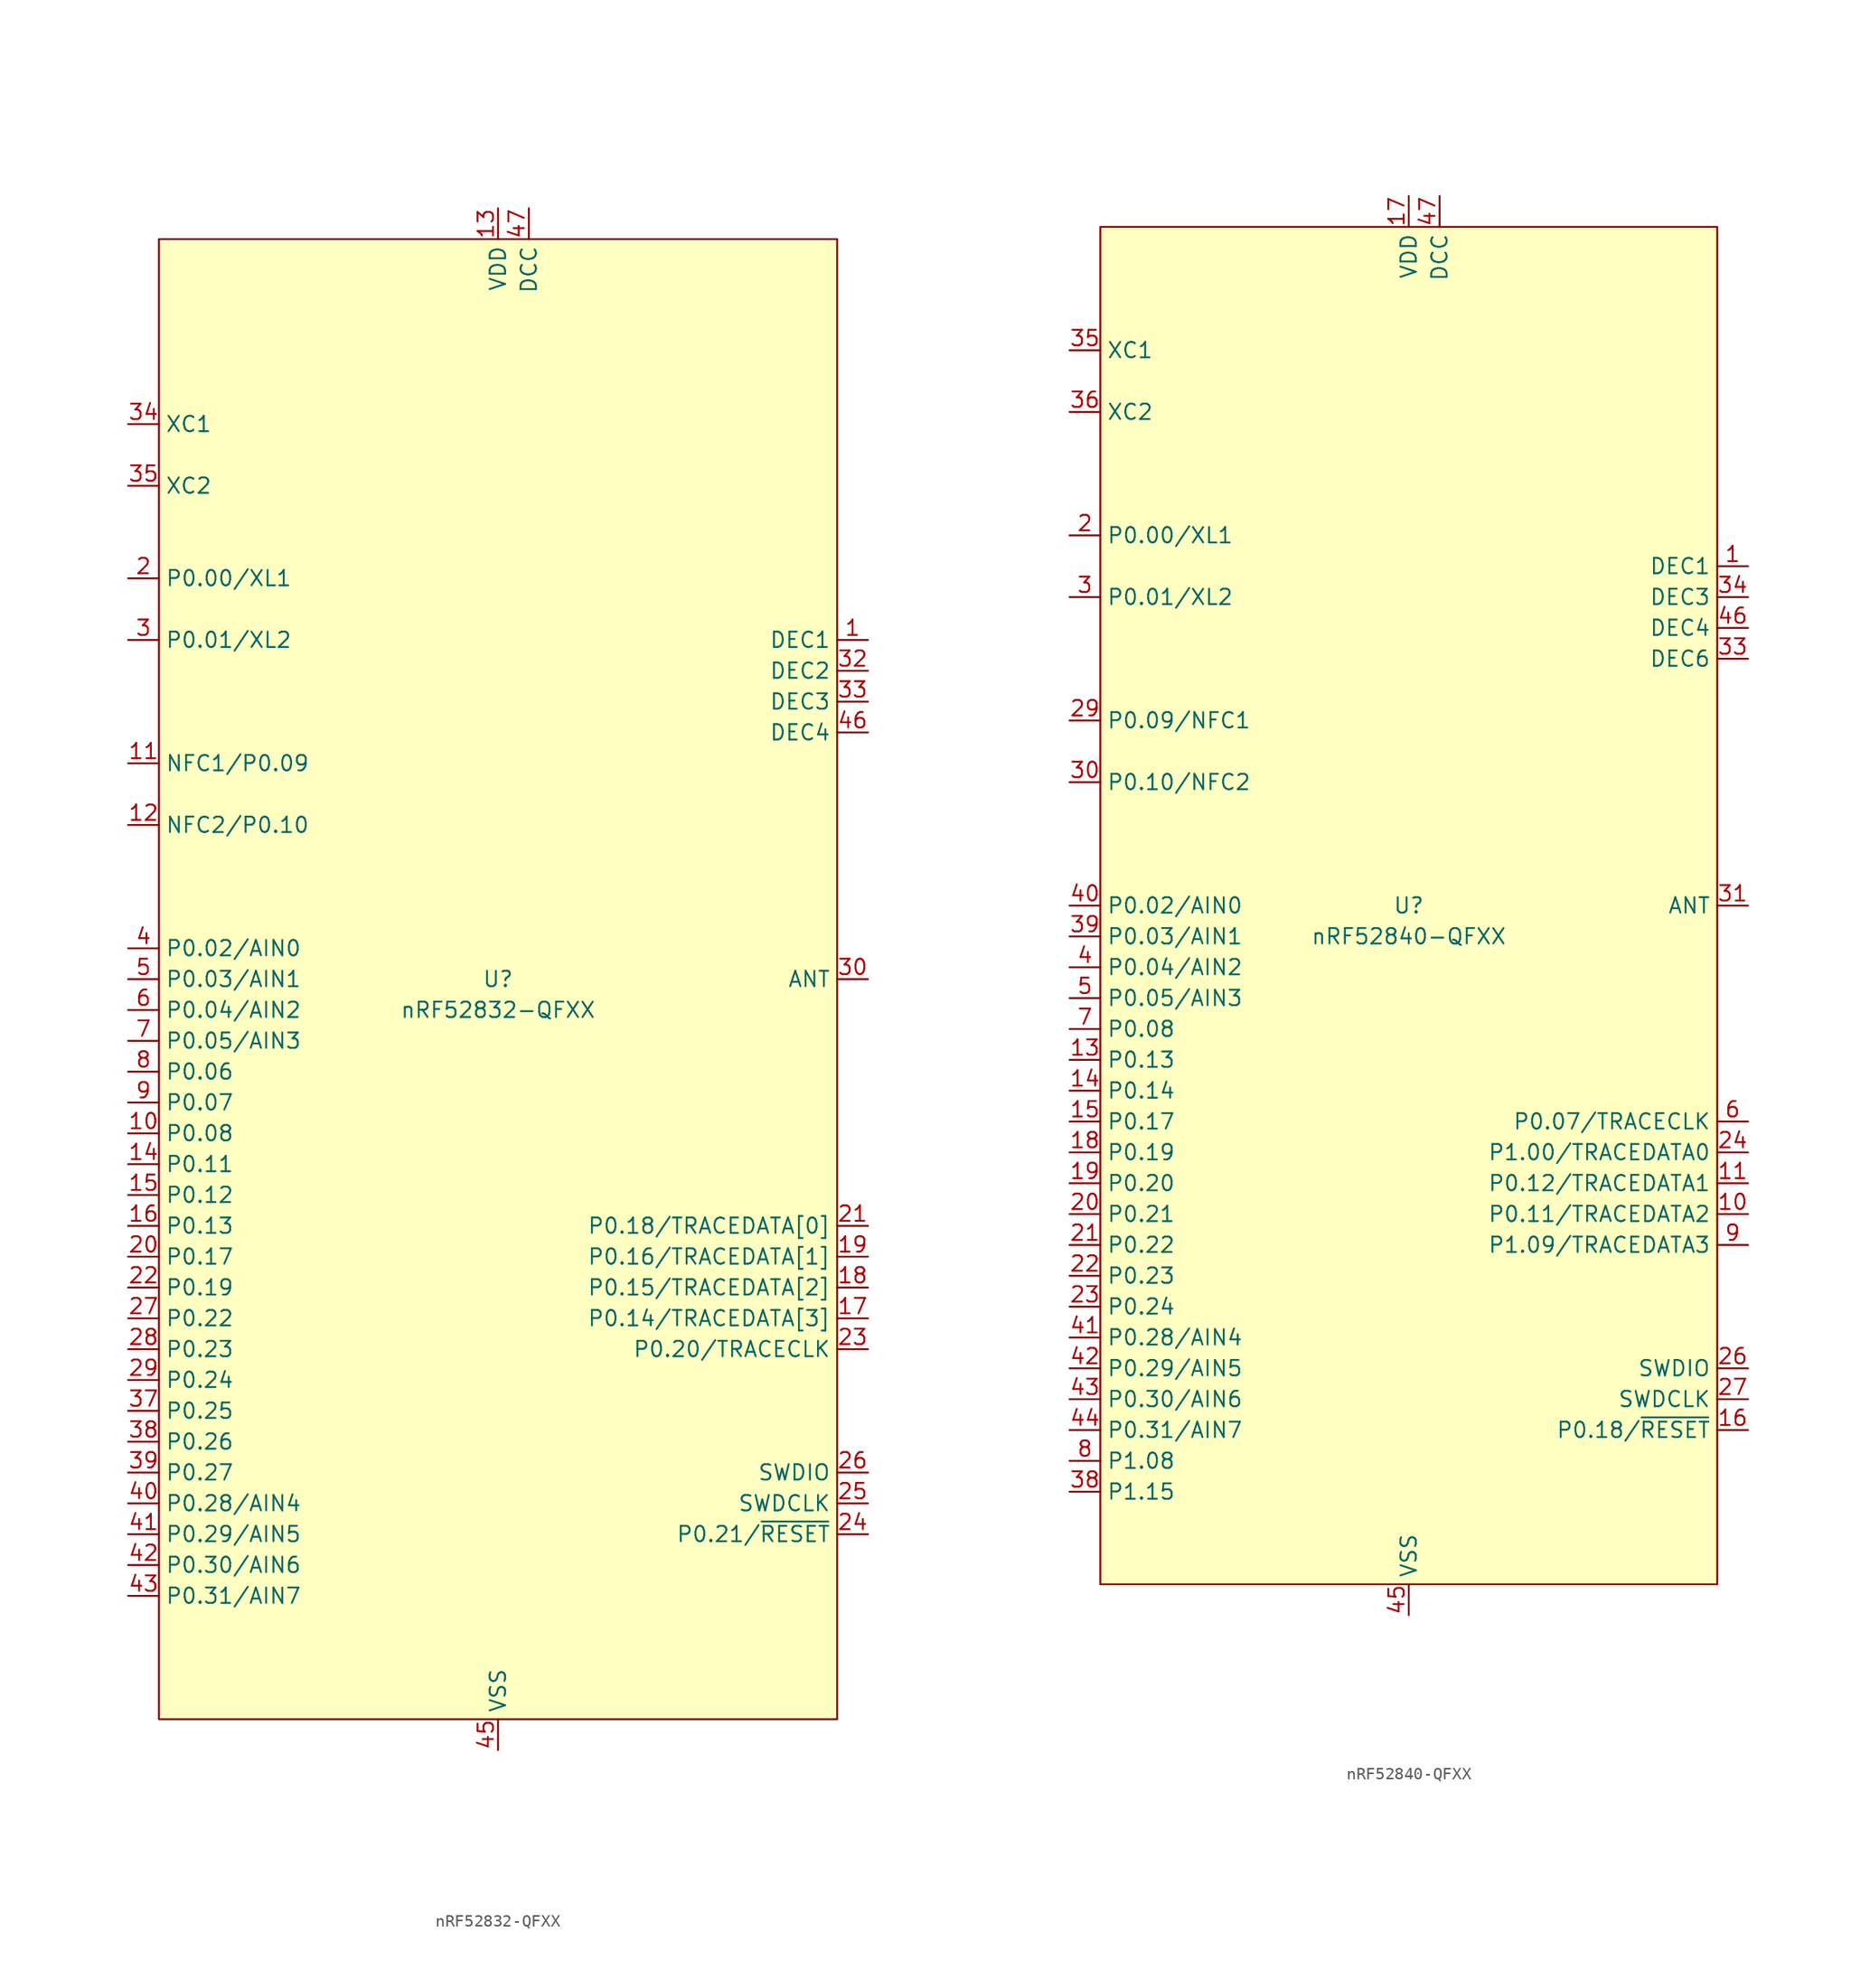
<source format=kicad_sym>
(kicad_symbol_lib
  (version 20241209)
  (generator "kicad_symbol_editor")
  (generator_version "9.0")
  (symbol "nRF52832-QFXX"
    (property "Reference" "U"
      (at 0 0 0)
      (do_not_autoplace)
      (effects (font (size 1.27 1.27))))
    (property "Value" "nRF52832-QFXX"
      (at 0 -2.54 0)
      (do_not_autoplace)
      (effects (font (size 1.27 1.27))))
    (symbol "nRF52832-QFXX_0_0"
      (pin unspecified line (at -30.48 45.72 0) (length 2.54) (name "XC1" (effects (font (size 1.27 1.27)))) (number "34" (effects (font (size 1.27 1.27)))))
      (pin unspecified line (at -30.48 40.64 0) (length 2.54) (name "XC2" (effects (font (size 1.27 1.27)))) (number "35" (effects (font (size 1.27 1.27)))))
      (pin unspecified line (at -30.48 33.02 0) (length 2.54) (name "P0.00/XL1" (effects (font (size 1.27 1.27)))) (number "2" (effects (font (size 1.27 1.27)))))
      (pin unspecified line (at -30.48 27.94 0) (length 2.54) (name "P0.01/XL2" (effects (font (size 1.27 1.27)))) (number "3" (effects (font (size 1.27 1.27)))))
      (pin unspecified line (at -30.48 17.78 0) (length 2.54) (name "NFC1/P0.09" (effects (font (size 1.27 1.27)))) (number "11" (effects (font (size 1.27 1.27)))))
      (pin unspecified line (at -30.48 12.7 0) (length 2.54) (name "NFC2/P0.10" (effects (font (size 1.27 1.27)))) (number "12" (effects (font (size 1.27 1.27)))))
      (pin unspecified line (at -30.48 2.54 0) (length 2.54) (name "P0.02/AIN0" (effects (font (size 1.27 1.27)))) (number "4" (effects (font (size 1.27 1.27)))))
      (pin unspecified line (at -30.48 0 0) (length 2.54) (name "P0.03/AIN1" (effects (font (size 1.27 1.27)))) (number "5" (effects (font (size 1.27 1.27)))))
      (pin unspecified line (at -30.48 -2.54 0) (length 2.54) (name "P0.04/AIN2" (effects (font (size 1.27 1.27)))) (number "6" (effects (font (size 1.27 1.27)))))
      (pin unspecified line (at -30.48 -5.08 0) (length 2.54) (name "P0.05/AIN3" (effects (font (size 1.27 1.27)))) (number "7" (effects (font (size 1.27 1.27)))))
      (pin unspecified line (at -30.48 -7.62 0) (length 2.54) (name "P0.06" (effects (font (size 1.27 1.27)))) (number "8" (effects (font (size 1.27 1.27)))))
      (pin unspecified line (at -30.48 -10.16 0) (length 2.54) (name "P0.07" (effects (font (size 1.27 1.27)))) (number "9" (effects (font (size 1.27 1.27)))))
      (pin unspecified line (at -30.48 -12.7 0) (length 2.54) (name "P0.08" (effects (font (size 1.27 1.27)))) (number "10" (effects (font (size 1.27 1.27)))))
      (pin unspecified line (at -30.48 -15.24 0) (length 2.54) (name "P0.11" (effects (font (size 1.27 1.27)))) (number "14" (effects (font (size 1.27 1.27)))))
      (pin unspecified line (at -30.48 -17.78 0) (length 2.54) (name "P0.12" (effects (font (size 1.27 1.27)))) (number "15" (effects (font (size 1.27 1.27)))))
      (pin unspecified line (at -30.48 -20.32 0) (length 2.54) (name "P0.13" (effects (font (size 1.27 1.27)))) (number "16" (effects (font (size 1.27 1.27)))))
      (pin unspecified line (at -30.48 -22.86 0) (length 2.54) (name "P0.17" (effects (font (size 1.27 1.27)))) (number "20" (effects (font (size 1.27 1.27)))))
      (pin unspecified line (at -30.48 -25.4 0) (length 2.54) (name "P0.19" (effects (font (size 1.27 1.27)))) (number "22" (effects (font (size 1.27 1.27)))))
      (pin unspecified line (at -30.48 -27.94 0) (length 2.54) (name "P0.22" (effects (font (size 1.27 1.27)))) (number "27" (effects (font (size 1.27 1.27)))))
      (pin unspecified line (at -30.48 -30.48 0) (length 2.54) (name "P0.23" (effects (font (size 1.27 1.27)))) (number "28" (effects (font (size 1.27 1.27)))))
      (pin unspecified line (at -30.48 -33.02 0) (length 2.54) (name "P0.24" (effects (font (size 1.27 1.27)))) (number "29" (effects (font (size 1.27 1.27)))))
      (pin unspecified line (at -30.48 -35.56 0) (length 2.54) (name "P0.25" (effects (font (size 1.27 1.27)))) (number "37" (effects (font (size 1.27 1.27)))))
      (pin unspecified line (at -30.48 -38.1 0) (length 2.54) (name "P0.26" (effects (font (size 1.27 1.27)))) (number "38" (effects (font (size 1.27 1.27)))))
      (pin unspecified line (at -30.48 -40.64 0) (length 2.54) (name "P0.27" (effects (font (size 1.27 1.27)))) (number "39" (effects (font (size 1.27 1.27)))))
      (pin unspecified line (at -30.48 -43.18 0) (length 2.54) (name "P0.28/AIN4" (effects (font (size 1.27 1.27)))) (number "40" (effects (font (size 1.27 1.27)))))
      (pin unspecified line (at -30.48 -45.72 0) (length 2.54) (name "P0.29/AIN5" (effects (font (size 1.27 1.27)))) (number "41" (effects (font (size 1.27 1.27)))))
      (pin unspecified line (at -30.48 -48.26 0) (length 2.54) (name "P0.30/AIN6" (effects (font (size 1.27 1.27)))) (number "42" (effects (font (size 1.27 1.27)))))
      (pin unspecified line (at -30.48 -50.8 0) (length 2.54) (name "P0.31/AIN7" (effects (font (size 1.27 1.27)))) (number "43" (effects (font (size 1.27 1.27)))))
      (pin unspecified line (at 0 63.5 270) (length 2.54) (name "VDD" (effects (font (size 1.27 1.27)))) (number "13" (effects (font (size 1.27 1.27)))))
      (pin unspecified line (at 0 -63.5 90) (length 2.54) (name "VSS" (effects (font (size 1.27 1.27)))) (number "45" (effects (font (size 1.27 1.27)))))
      (pin unspecified line (at 2.54 63.5 270) (length 2.54) (name "DCC" (effects (font (size 1.27 1.27)))) (number "47" (effects (font (size 1.27 1.27)))))
      (pin unspecified line (at 30.48 0 180) (length 2.54) (name "ANT" (effects (font (size 1.27 1.27)))) (number "30" (effects (font (size 1.27 1.27)))))
      (pin unspecified line (at 30.48 -22.86 180) (length 2.54) (name "P0.16/TRACEDATA[1]" (effects (font (size 1.27 1.27)))) (number "19" (effects (font (size 1.27 1.27)))))
      (pin unspecified line (at 30.48 -25.4 180) (length 2.54) (name "P0.15/TRACEDATA[2]" (effects (font (size 1.27 1.27)))) (number "18" (effects (font (size 1.27 1.27)))))
      (pin unspecified line (at 30.48 -27.94 180) (length 2.54) (name "P0.14/TRACEDATA[3]" (effects (font (size 1.27 1.27)))) (number "17" (effects (font (size 1.27 1.27)))))
      (pin unspecified line (at 30.48 -30.48 180) (length 2.54) (name "P0.20/TRACECLK" (effects (font (size 1.27 1.27)))) (number "23" (effects (font (size 1.27 1.27)))))
      (pin unspecified line (at 30.48 -40.64 180) (length 2.54) (name "SWDIO" (effects (font (size 1.27 1.27)))) (number "26" (effects (font (size 1.27 1.27)))))
      (pin unspecified line (at 30.48 -43.18 180) (length 2.54) (name "SWDCLK" (effects (font (size 1.27 1.27)))) (number "25" (effects (font (size 1.27 1.27))))))
    (symbol "nRF52832-QFXX_1_0"
      (pin no_connect line (at -2.54 -7.62 0) (length 2.54) (hide yes) (name "NC" (effects (font (size 1.27 1.27)))) (number "44" (effects (font (size 1.27 1.27)))))
      (pin unspecified line (at 0 63.5 270) (length 2.54) (hide yes) (name "VDD" (effects (font (size 1.27 1.27)))) (number "36" (effects (font (size 1.27 1.27)))))
      (pin unspecified line (at 0 63.5 270) (length 2.54) (hide yes) (name "VDD" (effects (font (size 1.27 1.27)))) (number "48" (effects (font (size 1.27 1.27)))))
      (pin unspecified line (at 0 -63.5 90) (length 2.54) (hide yes) (name "VSS" (effects (font (size 1.27 1.27)))) (number "31" (effects (font (size 1.27 1.27)))))
      (pin unspecified line (at 0 -63.5 90) (length 2.54) (hide yes) (name "VSS" (effects (font (size 1.27 1.27)))) (number "49" (effects (font (size 1.27 1.27)))))
      (pin unspecified line (at 30.48 27.94 180) (length 2.54) (name "DEC1" (effects (font (size 1.27 1.27)))) (number "1" (effects (font (size 1.27 1.27)))))
      (pin unspecified line (at 30.48 25.4 180) (length 2.54) (name "DEC2" (effects (font (size 1.27 1.27)))) (number "32" (effects (font (size 1.27 1.27)))))
      (pin unspecified line (at 30.48 22.86 180) (length 2.54) (name "DEC3" (effects (font (size 1.27 1.27)))) (number "33" (effects (font (size 1.27 1.27)))))
      (pin unspecified line (at 30.48 20.32 180) (length 2.54) (name "DEC4" (effects (font (size 1.27 1.27)))) (number "46" (effects (font (size 1.27 1.27)))))
      (pin unspecified line (at 30.48 -20.32 180) (length 2.54) (name "P0.18/TRACEDATA[0]" (effects (font (size 1.27 1.27)))) (number "21" (effects (font (size 1.27 1.27)))))
      (pin unspecified line (at 30.48 -45.72 180) (length 2.54) (name "P0.21/~{RESET}" (effects (font (size 1.27 1.27)))) (number "24" (effects (font (size 1.27 1.27))))))
    (symbol "nRF52832-QFXX_1_1"
      (rectangle (start -27.94 60.96) (end 27.94 -60.96) (stroke (width 0) (type default)) (fill (type background)))))
  (symbol "nRF52840-QFXX"
    (property "Reference" "U"
      (at 0 0 0)
      (do_not_autoplace)
      (effects (font (size 1.27 1.27))))
    (property "Value" "nRF52840-QFXX"
      (at 0 -2.54 0)
      (effects (font (size 1.27 1.27))))
    (symbol "nRF52840-QFXX_0_0"
      (pin unspecified line (at -27.94 45.72 0) (length 2.54) (name "XC1" (effects (font (size 1.27 1.27)))) (number "35" (effects (font (size 1.27 1.27)))))
      (pin unspecified line (at -27.94 40.64 0) (length 2.54) (name "XC2" (effects (font (size 1.27 1.27)))) (number "36" (effects (font (size 1.27 1.27)))))
      (pin unspecified line (at -27.94 30.48 0) (length 2.54) (name "P0.00/XL1" (effects (font (size 1.27 1.27)))) (number "2" (effects (font (size 1.27 1.27)))))
      (pin unspecified line (at -27.94 25.4 0) (length 2.54) (name "P0.01/XL2" (effects (font (size 1.27 1.27)))) (number "3" (effects (font (size 1.27 1.27)))))
      (pin unspecified line (at -27.94 15.24 0) (length 2.54) (name "P0.09/NFC1" (effects (font (size 1.27 1.27)))) (number "29" (effects (font (size 1.27 1.27)))))
      (pin unspecified line (at -27.94 10.16 0) (length 2.54) (name "P0.10/NFC2" (effects (font (size 1.27 1.27)))) (number "30" (effects (font (size 1.27 1.27)))))
      (pin unspecified line (at -27.94 0 0) (length 2.54) (name "P0.02/AIN0" (effects (font (size 1.27 1.27)))) (number "40" (effects (font (size 1.27 1.27)))))
      (pin unspecified line (at -27.94 -2.54 0) (length 2.54) (name "P0.03/AIN1" (effects (font (size 1.27 1.27)))) (number "39" (effects (font (size 1.27 1.27)))))
      (pin unspecified line (at -27.94 -5.08 0) (length 2.54) (name "P0.04/AIN2" (effects (font (size 1.27 1.27)))) (number "4" (effects (font (size 1.27 1.27)))))
      (pin unspecified line (at -27.94 -7.62 0) (length 2.54) (name "P0.05/AIN3" (effects (font (size 1.27 1.27)))) (number "5" (effects (font (size 1.27 1.27)))))
      (pin unspecified line (at -27.94 -10.16 0) (length 2.54) (name "P0.08" (effects (font (size 1.27 1.27)))) (number "7" (effects (font (size 1.27 1.27)))))
      (pin unspecified line (at -27.94 -12.7 0) (length 2.54) (name "P0.13" (effects (font (size 1.27 1.27)))) (number "13" (effects (font (size 1.27 1.27)))))
      (pin unspecified line (at -27.94 -15.24 0) (length 2.54) (name "P0.14" (effects (font (size 1.27 1.27)))) (number "14" (effects (font (size 1.27 1.27)))))
      (pin unspecified line (at -27.94 -17.78 0) (length 2.54) (name "P0.17" (effects (font (size 1.27 1.27)))) (number "15" (effects (font (size 1.27 1.27)))))
      (pin unspecified line (at -27.94 -20.32 0) (length 2.54) (name "P0.19" (effects (font (size 1.27 1.27)))) (number "18" (effects (font (size 1.27 1.27)))))
      (pin unspecified line (at -27.94 -22.86 0) (length 2.54) (name "P0.20" (effects (font (size 1.27 1.27)))) (number "19" (effects (font (size 1.27 1.27)))))
      (pin unspecified line (at -27.94 -25.4 0) (length 2.54) (name "P0.21" (effects (font (size 1.27 1.27)))) (number "20" (effects (font (size 1.27 1.27)))))
      (pin unspecified line (at -27.94 -27.94 0) (length 2.54) (name "P0.22" (effects (font (size 1.27 1.27)))) (number "21" (effects (font (size 1.27 1.27)))))
      (pin unspecified line (at -27.94 -30.48 0) (length 2.54) (name "P0.23" (effects (font (size 1.27 1.27)))) (number "22" (effects (font (size 1.27 1.27)))))
      (pin unspecified line (at -27.94 -33.02 0) (length 2.54) (name "P0.24" (effects (font (size 1.27 1.27)))) (number "23" (effects (font (size 1.27 1.27)))))
      (pin unspecified line (at -27.94 -35.56 0) (length 2.54) (name "P0.28/AIN4" (effects (font (size 1.27 1.27)))) (number "41" (effects (font (size 1.27 1.27)))))
      (pin unspecified line (at -27.94 -38.1 0) (length 2.54) (name "P0.29/AIN5" (effects (font (size 1.27 1.27)))) (number "42" (effects (font (size 1.27 1.27)))))
      (pin unspecified line (at -27.94 -40.64 0) (length 2.54) (name "P0.30/AIN6" (effects (font (size 1.27 1.27)))) (number "43" (effects (font (size 1.27 1.27)))))
      (pin unspecified line (at -27.94 -43.18 0) (length 2.54) (name "P0.31/AIN7" (effects (font (size 1.27 1.27)))) (number "44" (effects (font (size 1.27 1.27)))))
      (pin unspecified line (at -27.94 -45.72 0) (length 2.54) (name "P1.08" (effects (font (size 1.27 1.27)))) (number "8" (effects (font (size 1.27 1.27)))))
      (pin unspecified line (at -27.94 -48.26 0) (length 2.54) (name "P1.15" (effects (font (size 1.27 1.27)))) (number "38" (effects (font (size 1.27 1.27)))))
      (pin unspecified line (at 0 58.42 270) (length 2.54) (name "VDD" (effects (font (size 1.27 1.27)))) (number "17" (effects (font (size 1.27 1.27)))))
      (pin unspecified line (at 0 -58.42 90) (length 2.54) (name "VSS" (effects (font (size 1.27 1.27)))) (number "45" (effects (font (size 1.27 1.27)))))
      (pin unspecified line (at 2.54 58.42 270) (length 2.54) (name "DCC" (effects (font (size 1.27 1.27)))) (number "47" (effects (font (size 1.27 1.27)))))
      (pin unspecified line (at 27.94 0 180) (length 2.54) (name "ANT" (effects (font (size 1.27 1.27)))) (number "31" (effects (font (size 1.27 1.27)))))
      (pin unspecified line (at 27.94 -17.78 180) (length 2.54) (name "P0.07/TRACECLK" (effects (font (size 1.27 1.27)))) (number "6" (effects (font (size 1.27 1.27)))))
      (pin unspecified line (at 27.94 -20.32 180) (length 2.54) (name "P1.00/TRACEDATA0" (effects (font (size 1.27 1.27)))) (number "24" (effects (font (size 1.27 1.27)))))
      (pin unspecified line (at 27.94 -22.86 180) (length 2.54) (name "P0.12/TRACEDATA1" (effects (font (size 1.27 1.27)))) (number "11" (effects (font (size 1.27 1.27)))))
      (pin unspecified line (at 27.94 -25.4 180) (length 2.54) (name "P0.11/TRACEDATA2" (effects (font (size 1.27 1.27)))) (number "10" (effects (font (size 1.27 1.27)))))
      (pin unspecified line (at 27.94 -27.94 180) (length 2.54) (name "P1.09/TRACEDATA3" (effects (font (size 1.27 1.27)))) (number "9" (effects (font (size 1.27 1.27)))))
      (pin unspecified line (at 27.94 -38.1 180) (length 2.54) (name "SWDIO" (effects (font (size 1.27 1.27)))) (number "26" (effects (font (size 1.27 1.27)))))
      (pin unspecified line (at 27.94 -40.64 180) (length 2.54) (name "SWDCLK" (effects (font (size 1.27 1.27)))) (number "27" (effects (font (size 1.27 1.27))))))
    (symbol "nRF52840-QFXX_1_0"
      (pin unspecified line (at 0 58.42 270) (length 2.54) (hide yes) (name "VDD" (effects (font (size 1.27 1.27)))) (number "12" (effects (font (size 1.27 1.27)))))
      (pin unspecified line (at 0 58.42 270) (length 2.54) (hide yes) (name "VDD" (effects (font (size 1.27 1.27)))) (number "25" (effects (font (size 1.27 1.27)))))
      (pin unspecified line (at 0 58.42 270) (length 2.54) (hide yes) (name "VDD" (effects (font (size 1.27 1.27)))) (number "37" (effects (font (size 1.27 1.27)))))
      (pin unspecified line (at 0 58.42 270) (length 2.54) (hide yes) (name "VDD" (effects (font (size 1.27 1.27)))) (number "48" (effects (font (size 1.27 1.27)))))
      (pin no_connect line (at 0 -38.1 90) (length 2.54) (hide yes) (name "NC" (effects (font (size 1.27 1.27)))) (number "28" (effects (font (size 1.27 1.27)))))
      (pin unspecified line (at 0 -58.42 90) (length 2.54) (hide yes) (name "VSS_PA" (effects (font (size 1.27 1.27)))) (number "32" (effects (font (size 1.27 1.27)))))
      (pin unspecified line (at 0 -58.42 90) (length 2.54) (hide yes) (name "VSS" (effects (font (size 1.27 1.27)))) (number "49" (effects (font (size 1.27 1.27)))))
      (pin unspecified line (at 27.94 27.94 180) (length 2.54) (name "DEC1" (effects (font (size 1.27 1.27)))) (number "1" (effects (font (size 1.27 1.27)))))
      (pin unspecified line (at 27.94 25.4 180) (length 2.54) (name "DEC3" (effects (font (size 1.27 1.27)))) (number "34" (effects (font (size 1.27 1.27)))))
      (pin unspecified line (at 27.94 22.86 180) (length 2.54) (name "DEC4" (effects (font (size 1.27 1.27)))) (number "46" (effects (font (size 1.27 1.27)))))
      (pin unspecified line (at 27.94 20.32 180) (length 2.54) (name "DEC6" (effects (font (size 1.27 1.27)))) (number "33" (effects (font (size 1.27 1.27)))))
      (pin unspecified line (at 27.94 -43.18 180) (length 2.54) (name "P0.18/~{RESET}" (effects (font (size 1.27 1.27)))) (number "16" (effects (font (size 1.27 1.27))))))
    (symbol "nRF52840-QFXX_1_1"
      (rectangle (start -25.4 55.88) (end 25.4 -55.88) (stroke (width 0) (type default)) (fill (type background))))))
</source>
